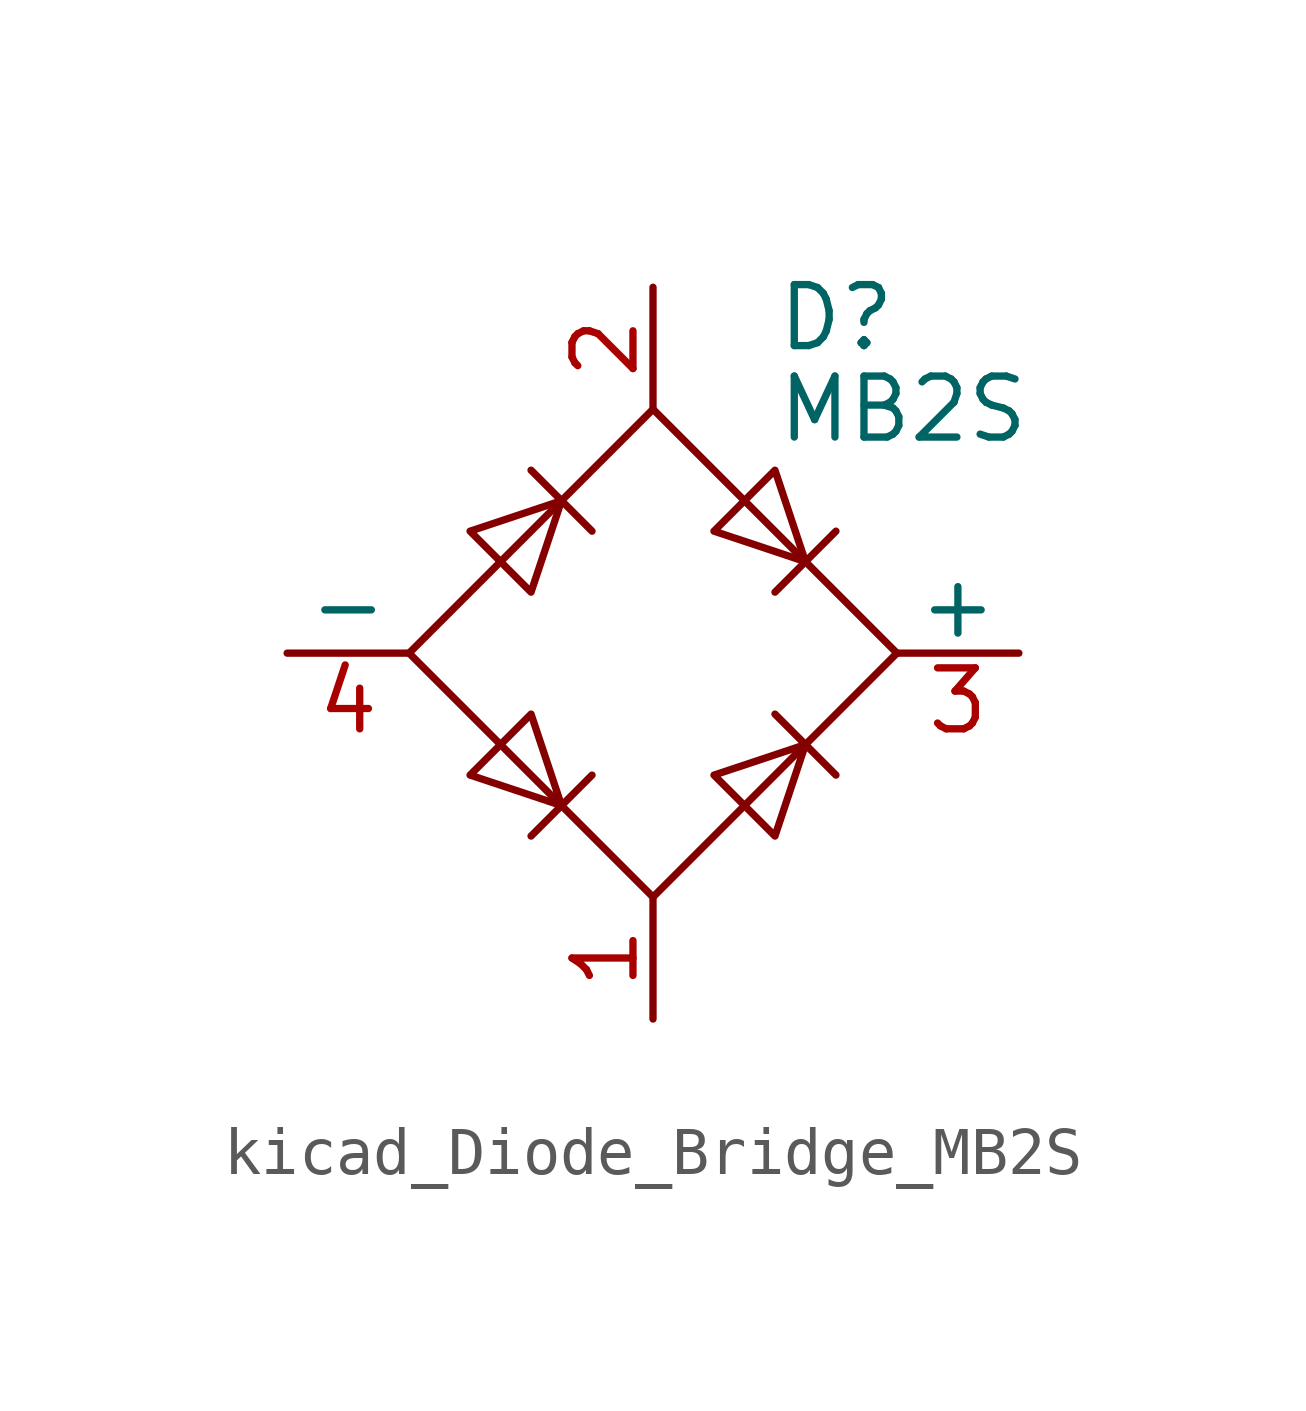
<source format=kicad_sym>
(kicad_symbol_lib
  (version 20220914)
  (generator kicad_symbol_editor)
  (symbol "kicad_Diode_Bridge_MB2S"
    (pin_names
      (offset 0))
    (property "Reference" "D"
      (at 2.54 6.985 0)
      (effects (font (size 1.27 1.27)) (justify left)))
    (property "Value" "MB2S"
      (at 2.54 5.08 0)
      (effects (font (size 1.27 1.27)) (justify left)))
    (symbol "kicad_Diode_Bridge_MB2S_0_1"
      (polyline (pts (xy -2.54 3.81) (xy -1.27 2.54)) (stroke (width 0) (type default)) (fill (type none)))
      (polyline (pts (xy -1.27 -2.54) (xy -2.54 -3.81)) (stroke (width 0) (type default)) (fill (type none)))
      (polyline (pts (xy 2.54 -1.27) (xy 3.81 -2.54)) (stroke (width 0) (type default)) (fill (type none)))
      (polyline (pts (xy 2.54 1.27) (xy 3.81 2.54)) (stroke (width 0) (type default)) (fill (type none)))
      (polyline (pts (xy -3.81 2.54) (xy -2.54 1.27) (xy -1.905 3.175) (xy -3.81 2.54)) (stroke (width 0) (type default)) (fill (type none)))
      (polyline (pts (xy -2.54 -1.27) (xy -3.81 -2.54) (xy -1.905 -3.175) (xy -2.54 -1.27)) (stroke (width 0) (type default)) (fill (type none)))
      (polyline (pts (xy 1.27 2.54) (xy 2.54 3.81) (xy 3.175 1.905) (xy 1.27 2.54)) (stroke (width 0) (type default)) (fill (type none)))
      (polyline (pts (xy 3.175 -1.905) (xy 1.27 -2.54) (xy 2.54 -3.81) (xy 3.175 -1.905)) (stroke (width 0) (type default)) (fill (type none)))
      (polyline (pts (xy -5.08 0) (xy 0 -5.08) (xy 5.08 0) (xy 0 5.08) (xy -5.08 0)) (stroke (width 0) (type default)) (fill (type none))))
    (symbol "kicad_Diode_Bridge_MB2S_1_1"
      (pin passive line (at 0 -7.62 90) (length 2.54) (name "~" (effects (font (size 1.27 1.27)))) (number "1" (effects (font (size 1.27 1.27)))))
      (pin passive line (at 0 7.62 270) (length 2.54) (name "~" (effects (font (size 1.27 1.27)))) (number "2" (effects (font (size 1.27 1.27)))))
      (pin passive line (at 7.62 0 180) (length 2.54) (name "+" (effects (font (size 1.27 1.27)))) (number "3" (effects (font (size 1.27 1.27)))))
      (pin passive line (at -7.62 0 0) (length 2.54) (name "-" (effects (font (size 1.27 1.27)))) (number "4" (effects (font (size 1.27 1.27))))))))
</source>
